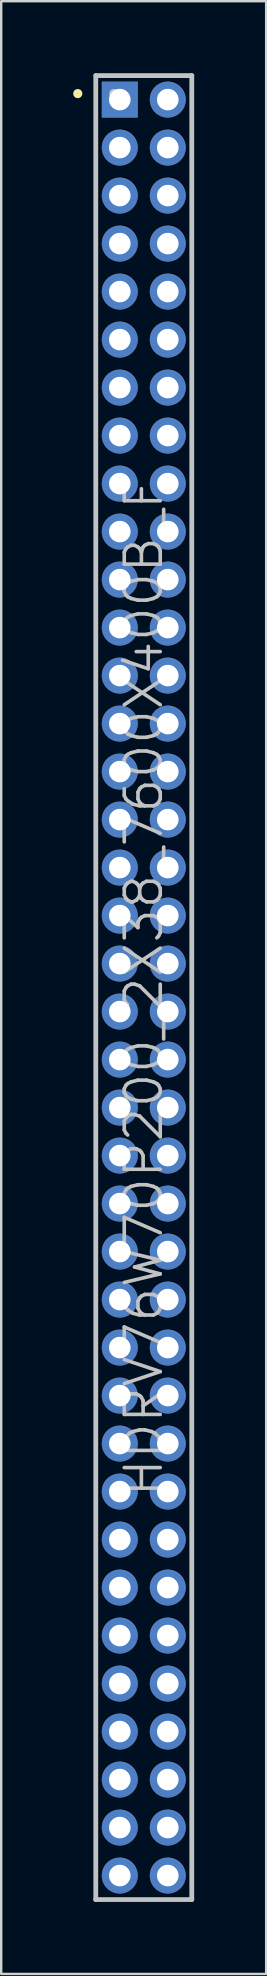
<source format=kicad_pcb>
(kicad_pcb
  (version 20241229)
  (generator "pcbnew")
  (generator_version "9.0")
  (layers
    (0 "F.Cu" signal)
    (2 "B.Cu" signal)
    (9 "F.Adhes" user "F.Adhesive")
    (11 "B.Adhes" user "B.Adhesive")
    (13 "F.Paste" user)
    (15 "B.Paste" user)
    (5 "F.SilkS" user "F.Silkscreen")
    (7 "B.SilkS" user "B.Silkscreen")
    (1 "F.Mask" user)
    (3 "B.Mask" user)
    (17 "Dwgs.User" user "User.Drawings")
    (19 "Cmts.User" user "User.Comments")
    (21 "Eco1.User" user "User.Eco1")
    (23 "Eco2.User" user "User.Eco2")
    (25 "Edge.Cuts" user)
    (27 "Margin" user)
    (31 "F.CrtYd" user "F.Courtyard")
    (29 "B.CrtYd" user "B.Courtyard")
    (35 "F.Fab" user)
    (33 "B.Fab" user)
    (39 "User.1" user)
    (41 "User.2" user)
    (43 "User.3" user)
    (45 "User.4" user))
  (footprint "HDRV76W70P200_2X38_7600X400B_F"
    (layer "F.Cu")
    (at 2.941 38.1)
    (property "Reference" "HDRV76W70P200_2X38_7600X400B_F" (at 0 0 90) (layer "Dwgs.User") (effects (font (size 1.5 1.5) (thickness 0.15))))
    (attr through_hole)
    (fp_line (start -2.75 -37.25) (end -2.75 -37.25) (stroke (width 0.381) (type solid)) (layer "F.SilkS"))
    (fp_line (start -2 -38) (end -2 38) (stroke (width 0.2) (type solid)) (layer "Dwgs.User"))
    (fp_line (start -2 -38) (end 2 -38) (stroke (width 0.2) (type solid)) (layer "Dwgs.User"))
    (fp_line (start -2 38) (end 2 38) (stroke (width 0.2) (type solid)) (layer "Dwgs.User"))
    (fp_line (start -1.25 -37.25) (end -1.25 -37.25) (stroke (width 0.381) (type solid)) (layer "Dwgs.User"))
    (fp_line (start 2 -38) (end 2 38) (stroke (width 0.2) (type solid)) (layer "Dwgs.User"))
    (pad "1" thru_hole rect (at -1 -37) (size 1.5 1.5) (drill 0.9) (layers "*.Cu" "*.Mask"))
    (pad "2" thru_hole circle (at 1 -37 270) (size 1.5 1.5) (drill 0.9) (layers "*.Cu" "*.Mask"))
    (pad "3" thru_hole circle (at -1 -35 270) (size 1.5 1.5) (drill 0.9) (layers "*.Cu" "*.Mask"))
    (pad "4" thru_hole circle (at 1 -35 270) (size 1.5 1.5) (drill 0.9) (layers "*.Cu" "*.Mask"))
    (pad "5" thru_hole circle (at -1 -33 270) (size 1.5 1.5) (drill 0.9) (layers "*.Cu" "*.Mask"))
    (pad "6" thru_hole circle (at 1 -33 270) (size 1.5 1.5) (drill 0.9) (layers "*.Cu" "*.Mask"))
    (pad "7" thru_hole circle (at -1 -31 270) (size 1.5 1.5) (drill 0.9) (layers "*.Cu" "*.Mask"))
    (pad "8" thru_hole circle (at 1 -31 270) (size 1.5 1.5) (drill 0.9) (layers "*.Cu" "*.Mask"))
    (pad "9" thru_hole circle (at -1 -29 270) (size 1.5 1.5) (drill 0.9) (layers "*.Cu" "*.Mask"))
    (pad "10" thru_hole circle (at 1 -29 270) (size 1.5 1.5) (drill 0.9) (layers "*.Cu" "*.Mask"))
    (pad "11" thru_hole circle (at -1 -27 270) (size 1.5 1.5) (drill 0.9) (layers "*.Cu" "*.Mask"))
    (pad "12" thru_hole circle (at 1 -27 270) (size 1.5 1.5) (drill 0.9) (layers "*.Cu" "*.Mask"))
    (pad "13" thru_hole circle (at -1 -25 270) (size 1.5 1.5) (drill 0.9) (layers "*.Cu" "*.Mask"))
    (pad "14" thru_hole circle (at 1 -25 270) (size 1.5 1.5) (drill 0.9) (layers "*.Cu" "*.Mask"))
    (pad "15" thru_hole circle (at -1 -23 270) (size 1.5 1.5) (drill 0.9) (layers "*.Cu" "*.Mask"))
    (pad "16" thru_hole circle (at 1 -23 270) (size 1.5 1.5) (drill 0.9) (layers "*.Cu" "*.Mask"))
    (pad "17" thru_hole circle (at -1 -21 270) (size 1.5 1.5) (drill 0.9) (layers "*.Cu" "*.Mask"))
    (pad "18" thru_hole circle (at 1 -21 270) (size 1.5 1.5) (drill 0.9) (layers "*.Cu" "*.Mask"))
    (pad "19" thru_hole circle (at -1 -19 270) (size 1.5 1.5) (drill 0.9) (layers "*.Cu" "*.Mask"))
    (pad "20" thru_hole circle (at 1 -19 270) (size 1.5 1.5) (drill 0.9) (layers "*.Cu" "*.Mask"))
    (pad "21" thru_hole circle (at -1 -17 270) (size 1.5 1.5) (drill 0.9) (layers "*.Cu" "*.Mask"))
    (pad "22" thru_hole circle (at 1 -17 270) (size 1.5 1.5) (drill 0.9) (layers "*.Cu" "*.Mask"))
    (pad "23" thru_hole circle (at -1 -15 270) (size 1.5 1.5) (drill 0.9) (layers "*.Cu" "*.Mask"))
    (pad "24" thru_hole circle (at 1 -15 270) (size 1.5 1.5) (drill 0.9) (layers "*.Cu" "*.Mask"))
    (pad "25" thru_hole circle (at -1 -13 270) (size 1.5 1.5) (drill 0.9) (layers "*.Cu" "*.Mask"))
    (pad "26" thru_hole circle (at 1 -13 270) (size 1.5 1.5) (drill 0.9) (layers "*.Cu" "*.Mask"))
    (pad "27" thru_hole circle (at -1 -11 270) (size 1.5 1.5) (drill 0.9) (layers "*.Cu" "*.Mask"))
    (pad "28" thru_hole circle (at 1 -11 270) (size 1.5 1.5) (drill 0.9) (layers "*.Cu" "*.Mask"))
    (pad "29" thru_hole circle (at -1 -9 270) (size 1.5 1.5) (drill 0.9) (layers "*.Cu" "*.Mask"))
    (pad "30" thru_hole circle (at 1 -9 270) (size 1.5 1.5) (drill 0.9) (layers "*.Cu" "*.Mask"))
    (pad "31" thru_hole circle (at -1 -7 270) (size 1.5 1.5) (drill 0.9) (layers "*.Cu" "*.Mask"))
    (pad "32" thru_hole circle (at 1 -7 270) (size 1.5 1.5) (drill 0.9) (layers "*.Cu" "*.Mask"))
    (pad "33" thru_hole circle (at -1 -5 270) (size 1.5 1.5) (drill 0.9) (layers "*.Cu" "*.Mask"))
    (pad "34" thru_hole circle (at 1 -5 270) (size 1.5 1.5) (drill 0.9) (layers "*.Cu" "*.Mask"))
    (pad "35" thru_hole circle (at -1 -3 270) (size 1.5 1.5) (drill 0.9) (layers "*.Cu" "*.Mask"))
    (pad "36" thru_hole circle (at 1 -3 270) (size 1.5 1.5) (drill 0.9) (layers "*.Cu" "*.Mask"))
    (pad "37" thru_hole circle (at -1 -1 270) (size 1.5 1.5) (drill 0.9) (layers "*.Cu" "*.Mask"))
    (pad "38" thru_hole circle (at 1 -1 270) (size 1.5 1.5) (drill 0.9) (layers "*.Cu" "*.Mask"))
    (pad "39" thru_hole circle (at -1 1 270) (size 1.5 1.5) (drill 0.9) (layers "*.Cu" "*.Mask"))
    (pad "40" thru_hole circle (at 1 1 270) (size 1.5 1.5) (drill 0.9) (layers "*.Cu" "*.Mask"))
    (pad "41" thru_hole circle (at -1 3 270) (size 1.5 1.5) (drill 0.9) (layers "*.Cu" "*.Mask"))
    (pad "42" thru_hole circle (at 1 3 270) (size 1.5 1.5) (drill 0.9) (layers "*.Cu" "*.Mask"))
    (pad "43" thru_hole circle (at -1 5 270) (size 1.5 1.5) (drill 0.9) (layers "*.Cu" "*.Mask"))
    (pad "44" thru_hole circle (at 1 5 270) (size 1.5 1.5) (drill 0.9) (layers "*.Cu" "*.Mask"))
    (pad "45" thru_hole circle (at -1 7 270) (size 1.5 1.5) (drill 0.9) (layers "*.Cu" "*.Mask"))
    (pad "46" thru_hole circle (at 1 7 270) (size 1.5 1.5) (drill 0.9) (layers "*.Cu" "*.Mask"))
    (pad "47" thru_hole circle (at -1 9 270) (size 1.5 1.5) (drill 0.9) (layers "*.Cu" "*.Mask"))
    (pad "48" thru_hole circle (at 1 9 270) (size 1.5 1.5) (drill 0.9) (layers "*.Cu" "*.Mask"))
    (pad "49" thru_hole circle (at -1 11 270) (size 1.5 1.5) (drill 0.9) (layers "*.Cu" "*.Mask"))
    (pad "50" thru_hole circle (at 1 11 270) (size 1.5 1.5) (drill 0.9) (layers "*.Cu" "*.Mask"))
    (pad "51" thru_hole circle (at -1 13 270) (size 1.5 1.5) (drill 0.9) (layers "*.Cu" "*.Mask"))
    (pad "52" thru_hole circle (at 1 13 270) (size 1.5 1.5) (drill 0.9) (layers "*.Cu" "*.Mask"))
    (pad "53" thru_hole circle (at -1 15 270) (size 1.5 1.5) (drill 0.9) (layers "*.Cu" "*.Mask"))
    (pad "54" thru_hole circle (at 1 15 270) (size 1.5 1.5) (drill 0.9) (layers "*.Cu" "*.Mask"))
    (pad "55" thru_hole circle (at -1 17 270) (size 1.5 1.5) (drill 0.9) (layers "*.Cu" "*.Mask"))
    (pad "56" thru_hole circle (at 1 17 270) (size 1.5 1.5) (drill 0.9) (layers "*.Cu" "*.Mask"))
    (pad "57" thru_hole circle (at -1 19 270) (size 1.5 1.5) (drill 0.9) (layers "*.Cu" "*.Mask"))
    (pad "58" thru_hole circle (at 1 19 270) (size 1.5 1.5) (drill 0.9) (layers "*.Cu" "*.Mask"))
    (pad "59" thru_hole circle (at -1 21 270) (size 1.5 1.5) (drill 0.9) (layers "*.Cu" "*.Mask"))
    (pad "60" thru_hole circle (at 1 21 270) (size 1.5 1.5) (drill 0.9) (layers "*.Cu" "*.Mask"))
    (pad "61" thru_hole circle (at -1 23 270) (size 1.5 1.5) (drill 0.9) (layers "*.Cu" "*.Mask"))
    (pad "62" thru_hole circle (at 1 23 270) (size 1.5 1.5) (drill 0.9) (layers "*.Cu" "*.Mask"))
    (pad "63" thru_hole circle (at -1 25 270) (size 1.5 1.5) (drill 0.9) (layers "*.Cu" "*.Mask"))
    (pad "64" thru_hole circle (at 1 25 270) (size 1.5 1.5) (drill 0.9) (layers "*.Cu" "*.Mask"))
    (pad "65" thru_hole circle (at -1 27 270) (size 1.5 1.5) (drill 0.9) (layers "*.Cu" "*.Mask"))
    (pad "66" thru_hole circle (at 1 27 270) (size 1.5 1.5) (drill 0.9) (layers "*.Cu" "*.Mask"))
    (pad "67" thru_hole circle (at -1 29 270) (size 1.5 1.5) (drill 0.9) (layers "*.Cu" "*.Mask"))
    (pad "68" thru_hole circle (at 1 29 270) (size 1.5 1.5) (drill 0.9) (layers "*.Cu" "*.Mask"))
    (pad "69" thru_hole circle (at -1 31 270) (size 1.5 1.5) (drill 0.9) (layers "*.Cu" "*.Mask"))
    (pad "70" thru_hole circle (at 1 31 270) (size 1.5 1.5) (drill 0.9) (layers "*.Cu" "*.Mask"))
    (pad "71" thru_hole circle (at -1 33 270) (size 1.5 1.5) (drill 0.9) (layers "*.Cu" "*.Mask"))
    (pad "72" thru_hole circle (at 1 33 270) (size 1.5 1.5) (drill 0.9) (layers "*.Cu" "*.Mask"))
    (pad "73" thru_hole circle (at -1 35 270) (size 1.5 1.5) (drill 0.9) (layers "*.Cu" "*.Mask"))
    (pad "74" thru_hole circle (at 1 35 270) (size 1.5 1.5) (drill 0.9) (layers "*.Cu" "*.Mask"))
    (pad "75" thru_hole circle (at -1 37 270) (size 1.5 1.5) (drill 0.9) (layers "*.Cu" "*.Mask"))
    (pad "76" thru_hole circle (at 1 37 270) (size 1.5 1.5) (drill 0.9) (layers "*.Cu" "*.Mask")))
  (gr_rect
    (start -3 -3)
    (end 8.04 79.2)
    (stroke (width 0.1) (type default))
    (fill no)
    (layer "Edge.Cuts")))
</source>
